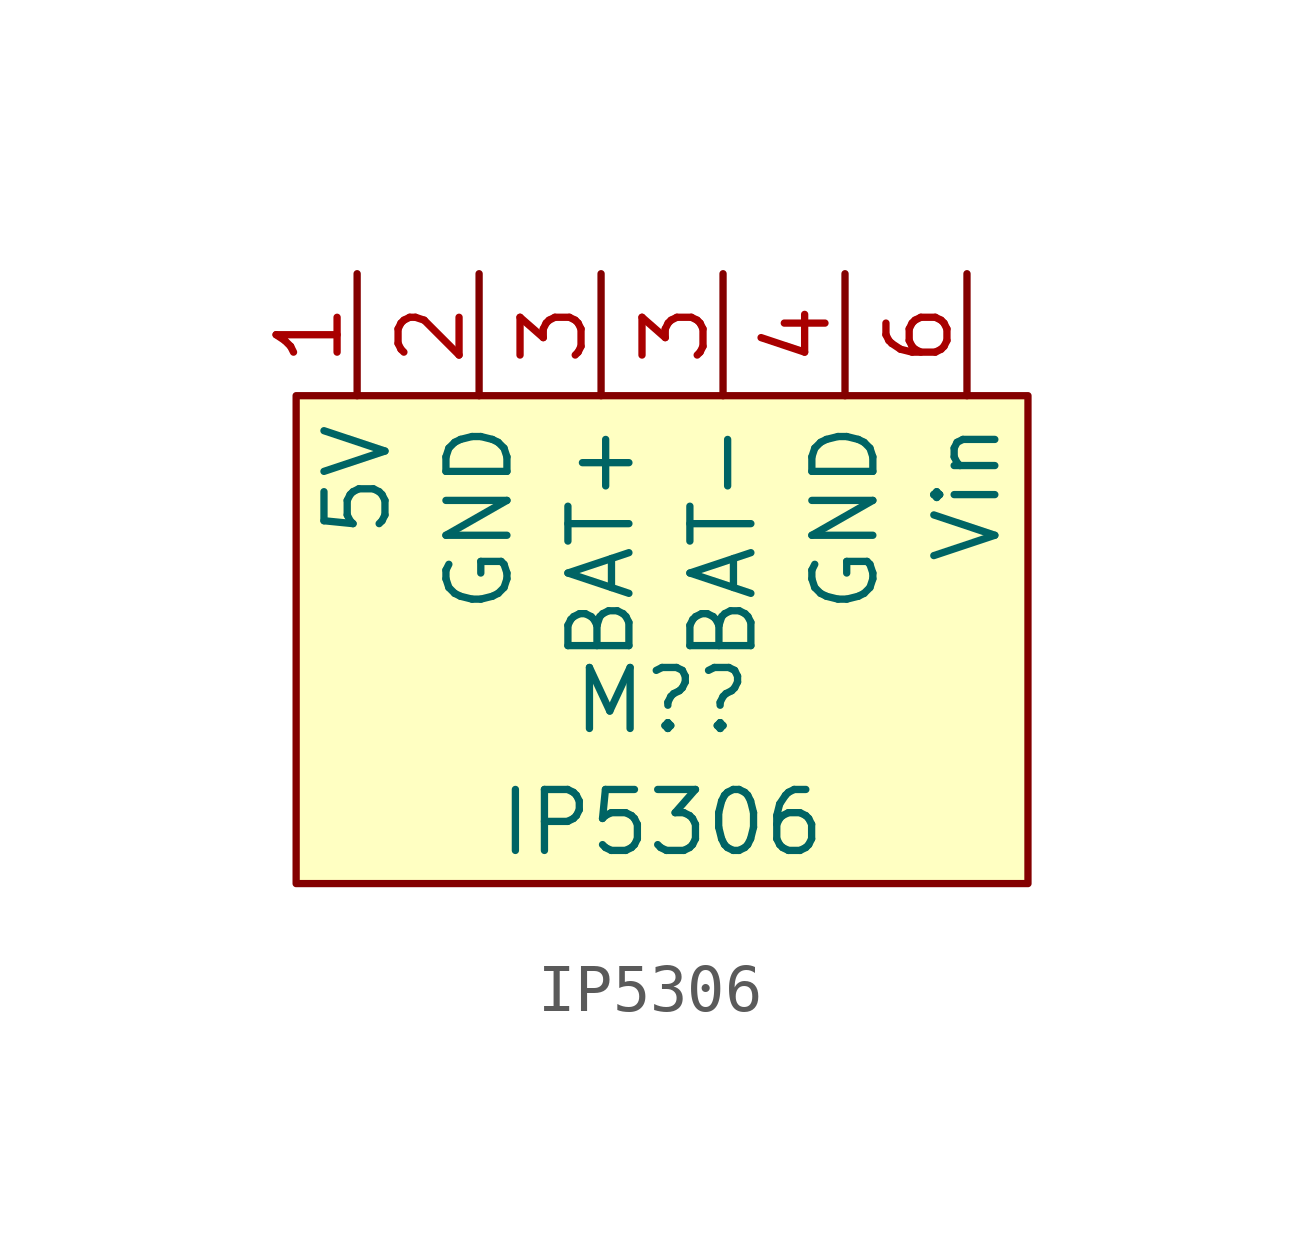
<source format=kicad_sym>
(kicad_symbol_lib
  (version 20211014)
  (generator kicad_symbol_editor)
  (symbol "IP5306"
    (property "Reference" "M?"
      (at 1.27 -2.54 0)
      (effects (font (size 1.27 1.27))))
    (property "Value" "IP5306"
      (at 1.27 -5.08 0)
      (effects (font (size 1.27 1.27))))
    (symbol "IP5306_0_1"
      (rectangle (start -6.35 3.81) (end 8.89 -6.35) (stroke (width 0.152) (type default) (color 0 0 0 0)) (fill (type background))))
    (symbol "IP5306_1_1"
      (pin power_out line (at -5.08 6.35 270) (length 2.54) (name "5V" (effects (font (size 1.27 1.27)))) (number "1" (effects (font (size 1.27 1.27)))))
      (pin power_out line (at -2.54 6.35 270) (length 2.54) (name "GND" (effects (font (size 1.27 1.27)))) (number "2" (effects (font (size 1.27 1.27)))))
      (pin power_in line (at 0 6.35 270) (length 2.54) (name "BAT+" (effects (font (size 1.27 1.27)))) (number "3" (effects (font (size 1.27 1.27)))))
      (pin power_in line (at 2.54 6.35 270) (length 2.54) (name "BAT-" (effects (font (size 1.27 1.27)))) (number "3" (effects (font (size 1.27 1.27)))))
      (pin power_in line (at 5.08 6.35 270) (length 2.54) (name "GND" (effects (font (size 1.27 1.27)))) (number "4" (effects (font (size 1.27 1.27)))))
      (pin power_in line (at 7.62 6.35 270) (length 2.54) (name "Vin" (effects (font (size 1.27 1.27)))) (number "6" (effects (font (size 1.27 1.27))))))))
</source>
